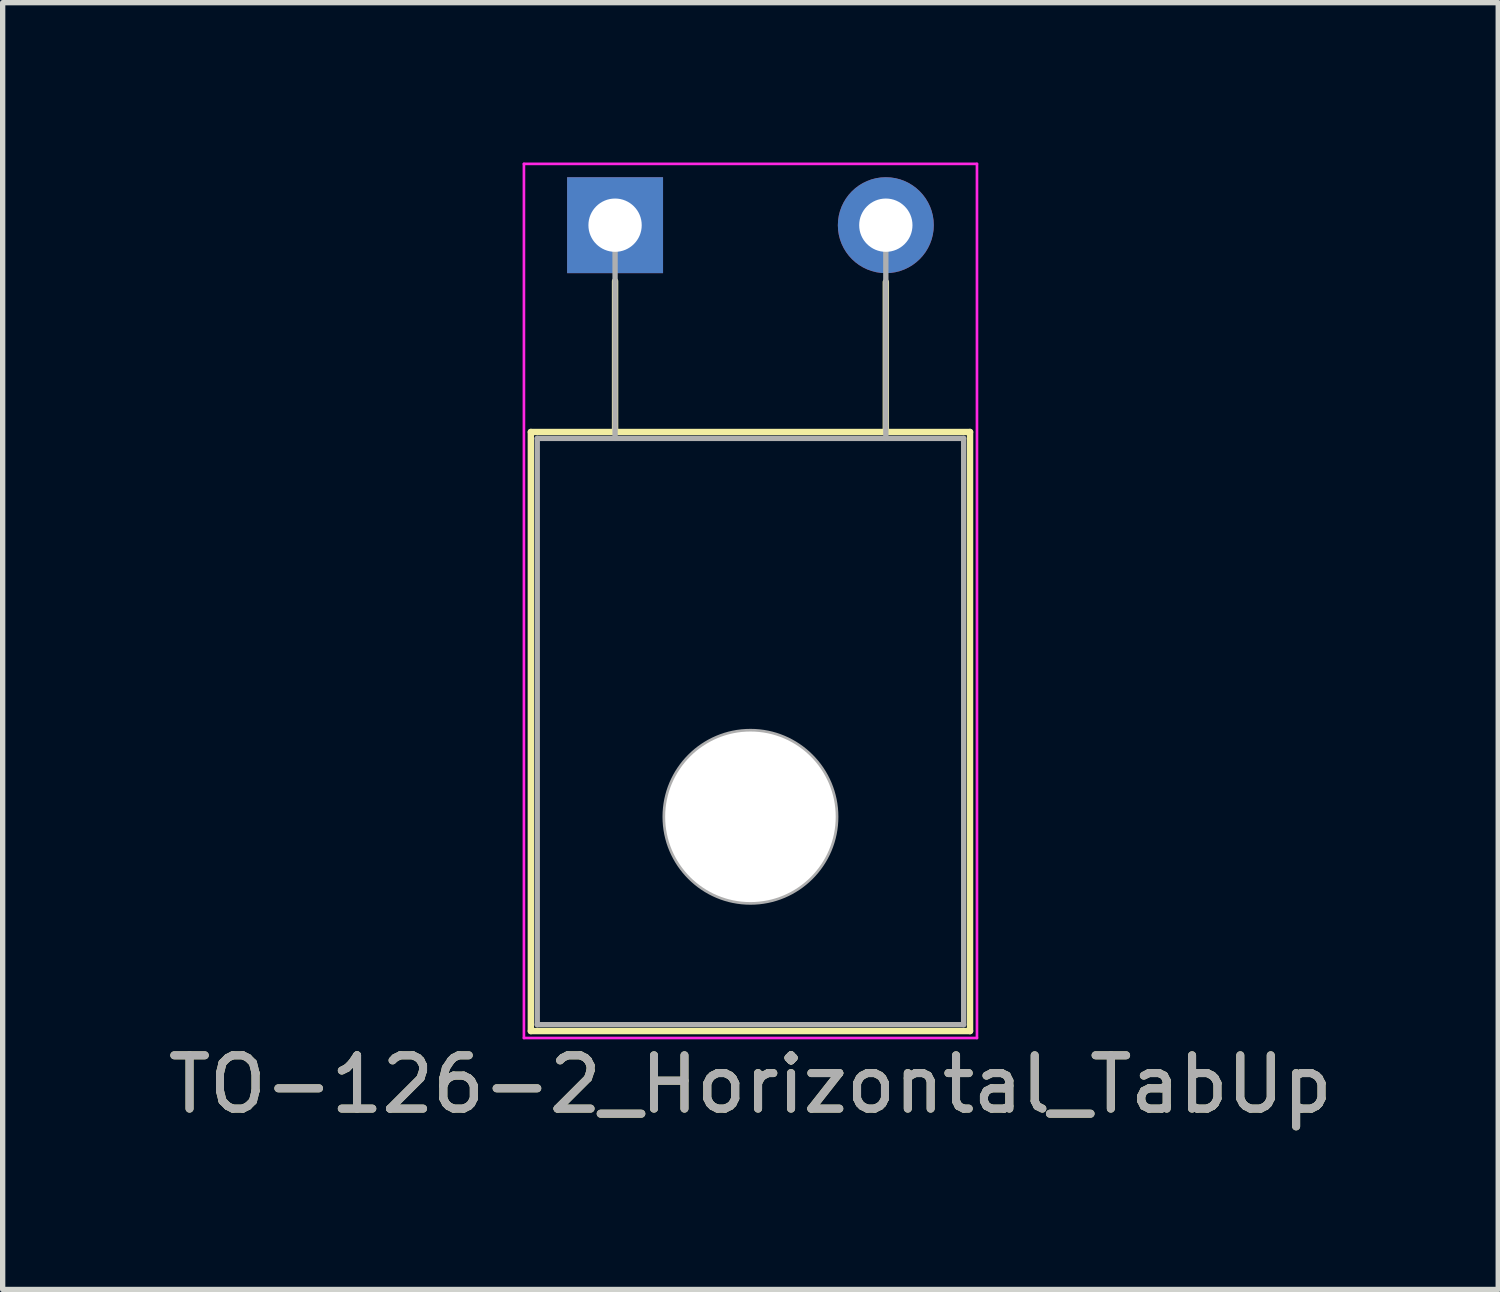
<source format=kicad_pcb>
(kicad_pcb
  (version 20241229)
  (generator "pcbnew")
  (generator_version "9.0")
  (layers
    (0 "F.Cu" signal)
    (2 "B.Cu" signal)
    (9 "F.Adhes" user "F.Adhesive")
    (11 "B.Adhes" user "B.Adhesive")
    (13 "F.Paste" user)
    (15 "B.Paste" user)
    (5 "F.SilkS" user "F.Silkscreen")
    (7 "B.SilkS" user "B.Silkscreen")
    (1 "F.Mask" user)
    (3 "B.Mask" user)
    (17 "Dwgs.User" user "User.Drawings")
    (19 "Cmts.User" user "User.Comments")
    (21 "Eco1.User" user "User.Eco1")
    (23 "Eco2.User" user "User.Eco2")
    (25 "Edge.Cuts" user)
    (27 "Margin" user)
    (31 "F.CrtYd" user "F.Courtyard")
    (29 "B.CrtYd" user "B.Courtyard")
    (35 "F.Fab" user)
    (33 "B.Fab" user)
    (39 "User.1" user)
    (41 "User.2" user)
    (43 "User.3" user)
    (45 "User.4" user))
  (footprint "TO-126-2_Horizontal_TabUp"
    (layer "F.Cu")
    (at 8.49 1.175)
    (property "Reference" "TO-126-2_Horizontal_TabUp" (at 2.54 16.12 0) (layer "F.SilkS") (effects (font (size 1 1) (thickness 0.15))))
    (attr through_hole)
    (fp_line (start -1.58 3.88) (end -1.58 15.12) (stroke (width 0.12) (type solid)) (layer "F.SilkS"))
    (fp_line (start -1.58 3.88) (end 6.66 3.88) (stroke (width 0.12) (type solid)) (layer "F.SilkS"))
    (fp_line (start -1.58 15.12) (end 6.66 15.12) (stroke (width 0.12) (type solid)) (layer "F.SilkS"))
    (fp_line (start 0 1.05) (end 0 3.88) (stroke (width 0.12) (type solid)) (layer "F.SilkS"))
    (fp_line (start 5.08 1.066) (end 5.08 3.88) (stroke (width 0.12) (type solid)) (layer "F.SilkS"))
    (fp_line (start 6.66 3.88) (end 6.66 15.12) (stroke (width 0.12) (type solid)) (layer "F.SilkS"))
    (fp_line (start -1.71 -1.15) (end -1.71 15.25) (stroke (width 0.05) (type solid)) (layer "F.CrtYd"))
    (fp_line (start -1.71 15.25) (end 6.79 15.25) (stroke (width 0.05) (type solid)) (layer "F.CrtYd"))
    (fp_line (start 6.79 -1.15) (end -1.71 -1.15) (stroke (width 0.05) (type solid)) (layer "F.CrtYd"))
    (fp_line (start 6.79 15.25) (end 6.79 -1.15) (stroke (width 0.05) (type solid)) (layer "F.CrtYd"))
    (fp_line (start -1.46 4) (end -1.46 15) (stroke (width 0.1) (type solid)) (layer "F.Fab"))
    (fp_line (start -1.46 15) (end 6.54 15) (stroke (width 0.1) (type solid)) (layer "F.Fab"))
    (fp_line (start 0 4) (end 0 0) (stroke (width 0.1) (type solid)) (layer "F.Fab"))
    (fp_line (start 5.08 4) (end 5.08 0) (stroke (width 0.1) (type solid)) (layer "F.Fab"))
    (fp_line (start 6.54 4) (end -1.46 4) (stroke (width 0.1) (type solid)) (layer "F.Fab"))
    (fp_line (start 6.54 15) (end 6.54 4) (stroke (width 0.1) (type solid)) (layer "F.Fab"))
    (fp_circle (center 2.54 11.1) (end 4.14 11.1) (stroke (width 0.1) (type solid)) (fill no) (layer "F.Fab"))
    (fp_text user "${REFERENCE}" (at 2.54 16.12 0) (layer "F.Fab") (effects (font (size 1 1) (thickness 0.15))))
    (pad "" np_thru_hole oval (at 2.54 11.1) (size 3.2 3.2) (drill 3.2) (layers "*.Cu" "*.Mask"))
    (pad "1" thru_hole rect (at 0 0) (size 1.8 1.8) (drill 1) (layers "*.Cu" "*.Mask"))
    (pad "2" thru_hole oval (at 5.08 0) (size 1.8 1.8) (drill 1) (layers "*.Cu" "*.Mask")))
  (gr_rect
    (start -3 -3)
    (end 25.06 21.143)
    (stroke (width 0.1) (type default))
    (fill no)
    (layer "Edge.Cuts")))
</source>
